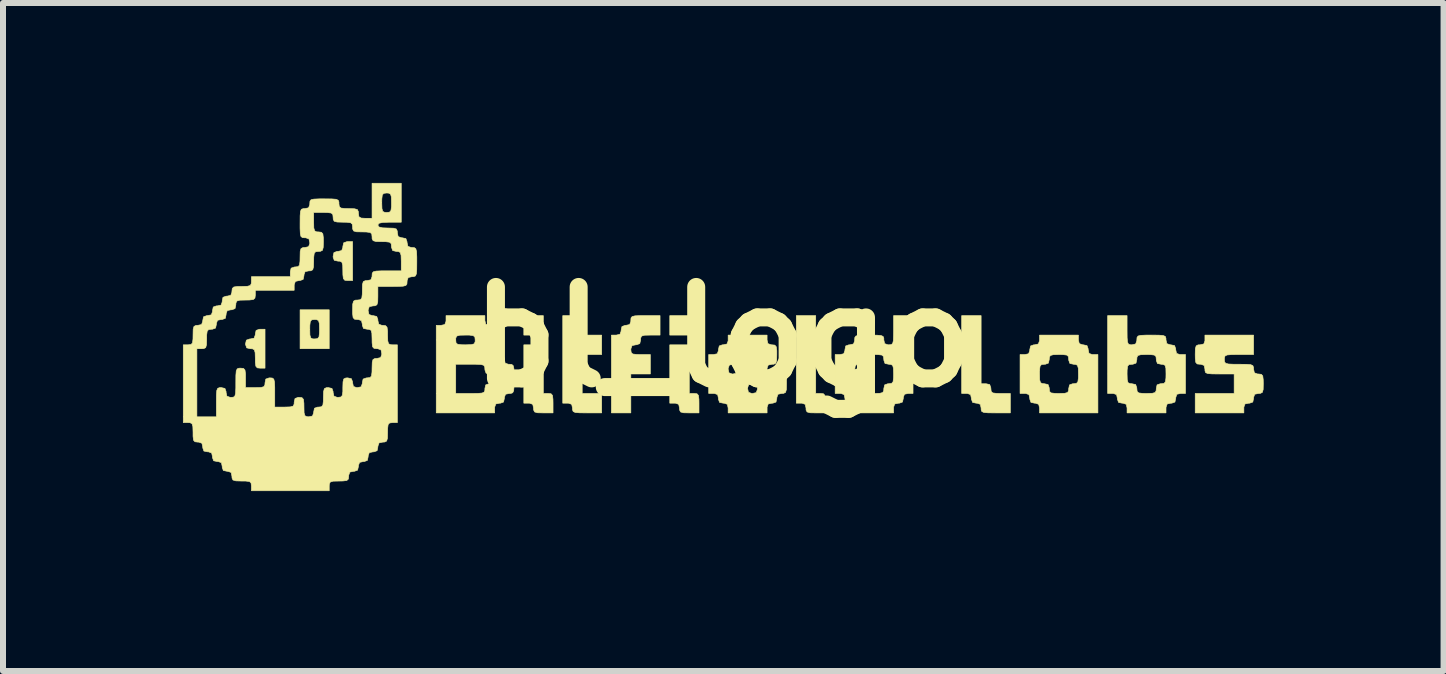
<source format=kicad_pcb>
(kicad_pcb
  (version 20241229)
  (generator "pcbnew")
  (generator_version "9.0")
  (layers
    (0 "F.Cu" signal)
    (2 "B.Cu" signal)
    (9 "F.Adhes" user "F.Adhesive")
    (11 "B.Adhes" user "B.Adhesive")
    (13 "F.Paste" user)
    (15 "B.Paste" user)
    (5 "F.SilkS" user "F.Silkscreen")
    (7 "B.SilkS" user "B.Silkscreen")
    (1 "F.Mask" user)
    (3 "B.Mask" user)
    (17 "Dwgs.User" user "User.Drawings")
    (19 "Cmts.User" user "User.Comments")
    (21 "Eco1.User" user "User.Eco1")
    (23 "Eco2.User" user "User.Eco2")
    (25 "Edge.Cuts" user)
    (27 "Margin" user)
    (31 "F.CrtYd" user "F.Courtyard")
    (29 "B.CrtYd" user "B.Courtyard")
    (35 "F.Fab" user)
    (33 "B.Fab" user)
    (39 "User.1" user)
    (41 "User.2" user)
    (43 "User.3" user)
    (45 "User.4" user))
  (footprint "bl_logo"
    (layer "F.Cu")
    (at 8.991 2.568)
    (property "Reference" "bl_logo" (at 0 0 0) (layer "F.SilkS") (effects (font (size 1.524 1.524) (thickness 0.3))))
    (attr through_hole)
    (fp_poly (pts (xy -2.984 -0.032) (xy -3.309 -0.032) (xy -3.309 -0.357) (xy -2.984 -0.357) (xy -2.984 -0.032)) (stroke (width 0.01) (type solid)) (fill yes) (layer "F.SilkS"))
    (fp_poly (pts (xy -0.551 -0.032) (xy -0.876 -0.032) (xy -0.876 -0.357) (xy -0.551 -0.357) (xy -0.551 -0.032)) (stroke (width 0.01) (type solid)) (fill yes) (layer "F.SilkS"))
    (fp_poly (pts (xy -2.984 0.941) (xy -2.903 0.941) (xy -2.855 0.946) (xy -2.831 0.973) (xy -2.823 1.038) (xy -2.822 1.103) (xy -2.822 1.265) (xy -2.984 1.265) (xy -3.081 1.263) (xy -3.129 1.249) (xy -3.145 1.217) (xy -3.147 1.184) (xy -3.16 1.122) (xy -3.213 1.103) (xy -3.228 1.103) (xy -3.309 1.103) (xy -3.309 0.13) (xy -2.984 0.13) (xy -2.984 0.941)) (stroke (width 0.01) (type solid)) (fill yes) (layer "F.SilkS"))
    (fp_poly (pts (xy -0.551 0.941) (xy -0.47 0.941) (xy -0.422 0.946) (xy -0.398 0.973) (xy -0.39 1.038) (xy -0.389 1.103) (xy -0.389 1.265) (xy -0.551 1.265) (xy -0.648 1.263) (xy -0.696 1.249) (xy -0.712 1.217) (xy -0.714 1.184) (xy -0.727 1.122) (xy -0.78 1.103) (xy -0.795 1.103) (xy -0.876 1.103) (xy -0.876 0.13) (xy -0.551 0.13) (xy -0.551 0.941)) (stroke (width 0.01) (type solid)) (fill yes) (layer "F.SilkS"))
    (fp_poly (pts (xy 1.557 0.941) (xy 1.638 0.941) (xy 1.686 0.946) (xy 1.71 0.973) (xy 1.719 1.038) (xy 1.719 1.103) (xy 1.719 1.265) (xy 1.557 1.265) (xy 1.461 1.263) (xy 1.413 1.249) (xy 1.396 1.217) (xy 1.395 1.184) (xy 1.381 1.122) (xy 1.329 1.103) (xy 1.314 1.103) (xy 1.233 1.103) (xy 1.233 -0.357) (xy 1.557 -0.357) (xy 1.557 0.941)) (stroke (width 0.01) (type solid)) (fill yes) (layer "F.SilkS"))
    (fp_poly (pts (xy -2.336 -0.032) (xy -2.011 -0.032) (xy -2.011 0.292) (xy -2.336 0.292) (xy -2.336 0.941) (xy -2.011 0.941) (xy -2.011 1.265) (xy -2.255 1.265) (xy -2.378 1.264) (xy -2.451 1.258) (xy -2.486 1.242) (xy -2.497 1.213) (xy -2.498 1.184) (xy -2.511 1.122) (xy -2.564 1.103) (xy -2.579 1.103) (xy -2.66 1.103) (xy -2.66 -0.357) (xy -2.336 -0.357) (xy -2.336 -0.032)) (stroke (width 0.01) (type solid)) (fill yes) (layer "F.SilkS"))
    (fp_poly (pts (xy -7.623 0.519) (xy -7.704 0.519) (xy -7.752 0.514) (xy -7.776 0.487) (xy -7.785 0.422) (xy -7.785 0.357) (xy -7.788 0.261) (xy -7.801 0.213) (xy -7.834 0.196) (xy -7.867 0.195) (xy -7.928 0.181) (xy -7.947 0.128) (xy -7.948 0.114) (xy -7.934 0.052) (xy -7.881 0.033) (xy -7.867 0.032) (xy -7.805 0.019) (xy -7.786 -0.034) (xy -7.785 -0.049) (xy -7.772 -0.11) (xy -7.719 -0.129) (xy -7.704 -0.13) (xy -7.623 -0.13) (xy -7.623 0.519)) (stroke (width 0.01) (type solid)) (fill yes) (layer "F.SilkS"))
    (fp_poly (pts (xy -6.553 0.195) (xy -7.039 0.195) (xy -7.039 -0.13) (xy -6.877 -0.13) (xy -6.875 -0.033) (xy -6.861 0.015) (xy -6.829 0.031) (xy -6.796 0.032) (xy -6.748 0.027) (xy -6.724 0.000343) (xy -6.716 -0.065) (xy -6.715 -0.13) (xy -6.718 -0.226) (xy -6.731 -0.274) (xy -6.763 -0.29) (xy -6.796 -0.292) (xy -6.844 -0.287) (xy -6.868 -0.26) (xy -6.876 -0.195) (xy -6.877 -0.13) (xy -7.039 -0.13) (xy -7.039 -0.454) (xy -6.553 -0.454) (xy -6.553 0.195)) (stroke (width 0.01) (type solid)) (fill yes) (layer "F.SilkS"))
    (fp_poly (pts (xy -6.163 -0.941) (xy -6.245 -0.941) (xy -6.293 -0.946) (xy -6.317 -0.973) (xy -6.325 -1.038) (xy -6.326 -1.103) (xy -6.328 -1.199) (xy -6.342 -1.247) (xy -6.374 -1.264) (xy -6.407 -1.265) (xy -6.469 -1.279) (xy -6.488 -1.331) (xy -6.488 -1.346) (xy -6.474 -1.408) (xy -6.422 -1.427) (xy -6.407 -1.427) (xy -6.345 -1.441) (xy -6.326 -1.493) (xy -6.326 -1.508) (xy -6.312 -1.57) (xy -6.26 -1.589) (xy -6.245 -1.59) (xy -6.163 -1.59) (xy -6.163 -0.941)) (stroke (width 0.01) (type solid)) (fill yes) (layer "F.SilkS"))
    (fp_poly (pts (xy 4.314 0.779) (xy 4.396 0.779) (xy 4.457 0.792) (xy 4.476 0.845) (xy 4.477 0.86) (xy 4.482 0.908) (xy 4.509 0.932) (xy 4.574 0.94) (xy 4.639 0.941) (xy 4.801 0.941) (xy 4.801 1.265) (xy 4.558 1.265) (xy 4.434 1.264) (xy 4.361 1.258) (xy 4.326 1.242) (xy 4.315 1.213) (xy 4.314 1.184) (xy 4.301 1.122) (xy 4.248 1.103) (xy 4.233 1.103) (xy 4.172 1.09) (xy 4.153 1.037) (xy 4.152 1.022) (xy 4.139 0.96) (xy 4.086 0.941) (xy 4.071 0.941) (xy 3.99 0.941) (xy 3.99 -0.357) (xy 4.314 -0.357) (xy 4.314 0.779)) (stroke (width 0.01) (type solid)) (fill yes) (layer "F.SilkS"))
    (fp_poly (pts (xy -1.038 -0.032) (xy -1.2 -0.032) (xy -1.297 -0.03) (xy -1.345 -0.016) (xy -1.361 0.016) (xy -1.362 0.049) (xy -1.376 0.11) (xy -1.429 0.129) (xy -1.444 0.13) (xy -1.505 0.143) (xy -1.524 0.196) (xy -1.525 0.211) (xy -1.519 0.259) (xy -1.493 0.283) (xy -1.428 0.291) (xy -1.362 0.292) (xy -1.2 0.292) (xy -1.2 0.616) (xy -1.525 0.616) (xy -1.525 1.265) (xy -1.849 1.265) (xy -1.849 -0.032) (xy -1.768 -0.032) (xy -1.706 -0.046) (xy -1.687 -0.099) (xy -1.687 -0.114) (xy -1.673 -0.175) (xy -1.621 -0.194) (xy -1.606 -0.195) (xy -1.544 -0.208) (xy -1.525 -0.261) (xy -1.525 -0.276) (xy -1.522 -0.317) (xy -1.503 -0.341) (xy -1.456 -0.353) (xy -1.367 -0.357) (xy -1.281 -0.357) (xy -1.038 -0.357) (xy -1.038 -0.032)) (stroke (width 0.01) (type solid)) (fill yes) (layer "F.SilkS"))
    (fp_poly (pts (xy 8.856 0.292) (xy 8.613 0.292) (xy 8.489 0.293) (xy 8.416 0.299) (xy 8.381 0.315) (xy 8.37 0.345) (xy 8.369 0.373) (xy 8.372 0.414) (xy 8.391 0.438) (xy 8.438 0.45) (xy 8.527 0.454) (xy 8.613 0.454) (xy 8.736 0.455) (xy 8.809 0.461) (xy 8.844 0.477) (xy 8.855 0.507) (xy 8.856 0.535) (xy 8.869 0.597) (xy 8.922 0.616) (xy 8.937 0.616) (xy 8.985 0.622) (xy 9.009 0.648) (xy 9.017 0.713) (xy 9.018 0.779) (xy 9.016 0.875) (xy 9.002 0.923) (xy 8.97 0.939) (xy 8.937 0.941) (xy 8.875 0.954) (xy 8.856 1.007) (xy 8.856 1.022) (xy 8.843 1.084) (xy 8.79 1.103) (xy 8.775 1.103) (xy 8.713 1.116) (xy 8.694 1.169) (xy 8.694 1.184) (xy 8.694 1.265) (xy 7.883 1.265) (xy 7.883 0.941) (xy 8.532 0.941) (xy 8.532 0.616) (xy 8.288 0.616) (xy 8.165 0.615) (xy 8.092 0.609) (xy 8.057 0.594) (xy 8.046 0.564) (xy 8.045 0.535) (xy 8.032 0.474) (xy 7.979 0.454) (xy 7.964 0.454) (xy 7.916 0.449) (xy 7.892 0.422) (xy 7.884 0.357) (xy 7.883 0.292) (xy 7.885 0.196) (xy 7.899 0.148) (xy 7.931 0.131) (xy 7.964 0.13) (xy 8.026 0.116) (xy 8.045 0.064) (xy 8.045 0.049) (xy 8.045 -0.032) (xy 8.856 -0.032) (xy 8.856 0.292)) (stroke (width 0.01) (type solid)) (fill yes) (layer "F.SilkS"))
    (fp_poly (pts (xy 5.936 0.049) (xy 5.95 0.11) (xy 6.003 0.129) (xy 6.017 0.13) (xy 6.079 0.143) (xy 6.098 0.196) (xy 6.099 0.211) (xy 6.112 0.273) (xy 6.165 0.292) (xy 6.18 0.292) (xy 6.261 0.292) (xy 6.261 1.265) (xy 5.288 1.265) (xy 5.288 1.184) (xy 5.274 1.122) (xy 5.221 1.103) (xy 5.207 1.103) (xy 5.145 1.09) (xy 5.126 1.037) (xy 5.125 1.022) (xy 5.112 0.96) (xy 5.059 0.941) (xy 5.044 0.941) (xy 4.963 0.941) (xy 4.963 0.616) (xy 5.288 0.616) (xy 5.29 0.713) (xy 5.304 0.761) (xy 5.336 0.777) (xy 5.369 0.779) (xy 5.43 0.792) (xy 5.449 0.845) (xy 5.45 0.86) (xy 5.455 0.908) (xy 5.482 0.932) (xy 5.547 0.94) (xy 5.612 0.941) (xy 5.708 0.938) (xy 5.756 0.925) (xy 5.773 0.892) (xy 5.774 0.86) (xy 5.788 0.798) (xy 5.84 0.779) (xy 5.855 0.779) (xy 5.903 0.773) (xy 5.927 0.746) (xy 5.936 0.681) (xy 5.936 0.616) (xy 5.934 0.52) (xy 5.92 0.472) (xy 5.888 0.456) (xy 5.855 0.454) (xy 5.794 0.441) (xy 5.775 0.388) (xy 5.774 0.373) (xy 5.769 0.325) (xy 5.742 0.301) (xy 5.677 0.293) (xy 5.612 0.292) (xy 5.516 0.295) (xy 5.468 0.308) (xy 5.451 0.341) (xy 5.45 0.373) (xy 5.436 0.435) (xy 5.384 0.454) (xy 5.369 0.454) (xy 5.321 0.459) (xy 5.297 0.486) (xy 5.288 0.551) (xy 5.288 0.616) (xy 4.963 0.616) (xy 4.963 0.292) (xy 5.044 0.292) (xy 5.106 0.279) (xy 5.125 0.226) (xy 5.125 0.211) (xy 5.139 0.149) (xy 5.192 0.13) (xy 5.207 0.13) (xy 5.268 0.116) (xy 5.287 0.064) (xy 5.288 0.049) (xy 5.288 -0.032) (xy 5.936 -0.032) (xy 5.936 0.049)) (stroke (width 0.01) (type solid)) (fill yes) (layer "F.SilkS"))
    (fp_poly (pts (xy -3.958 -0.276) (xy -3.944 -0.214) (xy -3.891 -0.195) (xy -3.877 -0.195) (xy -3.835 -0.192) (xy -3.811 -0.173) (xy -3.799 -0.126) (xy -3.796 -0.037) (xy -3.795 0.049) (xy -3.794 0.172) (xy -3.788 0.245) (xy -3.773 0.28) (xy -3.743 0.291) (xy -3.714 0.292) (xy -3.653 0.305) (xy -3.634 0.358) (xy -3.633 0.373) (xy -3.62 0.435) (xy -3.567 0.454) (xy -3.552 0.454) (xy -3.511 0.457) (xy -3.487 0.475) (xy -3.475 0.522) (xy -3.471 0.612) (xy -3.471 0.697) (xy -3.472 0.821) (xy -3.478 0.894) (xy -3.494 0.929) (xy -3.524 0.94) (xy -3.552 0.941) (xy -3.614 0.954) (xy -3.633 1.007) (xy -3.633 1.022) (xy -3.647 1.084) (xy -3.699 1.103) (xy -3.714 1.103) (xy -3.776 1.116) (xy -3.795 1.169) (xy -3.795 1.184) (xy -3.795 1.265) (xy -4.769 1.265) (xy -4.769 0.454) (xy -4.444 0.454) (xy -4.444 0.941) (xy -4.201 0.941) (xy -4.077 0.94) (xy -4.005 0.934) (xy -3.97 0.918) (xy -3.958 0.888) (xy -3.958 0.86) (xy -3.944 0.798) (xy -3.891 0.779) (xy -3.877 0.779) (xy -3.815 0.765) (xy -3.796 0.712) (xy -3.795 0.697) (xy -3.809 0.636) (xy -3.862 0.617) (xy -3.877 0.616) (xy -3.938 0.603) (xy -3.957 0.55) (xy -3.958 0.535) (xy -3.961 0.494) (xy -3.979 0.47) (xy -4.026 0.458) (xy -4.115 0.454) (xy -4.201 0.454) (xy -4.444 0.454) (xy -4.769 0.454) (xy -4.769 0.049) (xy -4.444 0.049) (xy -4.439 0.097) (xy -4.412 0.121) (xy -4.347 0.129) (xy -4.282 0.13) (xy -4.186 0.127) (xy -4.138 0.114) (xy -4.121 0.081) (xy -4.12 0.049) (xy -4.125 0.001) (xy -4.152 -0.023) (xy -4.217 -0.032) (xy -4.282 -0.032) (xy -4.378 -0.03) (xy -4.426 -0.016) (xy -4.443 0.016) (xy -4.444 0.049) (xy -4.769 0.049) (xy -4.769 -0.195) (xy -4.687 -0.195) (xy -4.626 -0.208) (xy -4.607 -0.261) (xy -4.606 -0.276) (xy -4.606 -0.357) (xy -3.958 -0.357) (xy -3.958 -0.276)) (stroke (width 0.01) (type solid)) (fill yes) (layer "F.SilkS"))
    (fp_poly (pts (xy 3.179 0.941) (xy 3.098 0.941) (xy 3.036 0.954) (xy 3.017 1.007) (xy 3.017 1.022) (xy 3.003 1.084) (xy 2.951 1.103) (xy 2.936 1.103) (xy 2.874 1.116) (xy 2.855 1.169) (xy 2.855 1.184) (xy 2.855 1.265) (xy 2.206 1.265) (xy 2.206 1.184) (xy 2.192 1.122) (xy 2.14 1.103) (xy 2.125 1.103) (xy 2.063 1.09) (xy 2.044 1.037) (xy 2.044 1.022) (xy 2.03 0.96) (xy 1.978 0.941) (xy 1.963 0.941) (xy 1.881 0.941) (xy 1.881 0.616) (xy 2.206 0.616) (xy 2.209 0.713) (xy 2.222 0.761) (xy 2.254 0.777) (xy 2.287 0.779) (xy 2.349 0.792) (xy 2.368 0.845) (xy 2.368 0.86) (xy 2.373 0.908) (xy 2.4 0.932) (xy 2.465 0.94) (xy 2.53 0.941) (xy 2.627 0.938) (xy 2.675 0.925) (xy 2.691 0.892) (xy 2.692 0.86) (xy 2.706 0.798) (xy 2.759 0.779) (xy 2.774 0.779) (xy 2.822 0.773) (xy 2.846 0.746) (xy 2.854 0.681) (xy 2.855 0.616) (xy 2.852 0.52) (xy 2.839 0.472) (xy 2.806 0.456) (xy 2.774 0.454) (xy 2.712 0.441) (xy 2.693 0.388) (xy 2.692 0.373) (xy 2.687 0.325) (xy 2.66 0.301) (xy 2.595 0.293) (xy 2.53 0.292) (xy 2.434 0.295) (xy 2.386 0.308) (xy 2.37 0.341) (xy 2.368 0.373) (xy 2.355 0.435) (xy 2.302 0.454) (xy 2.287 0.454) (xy 2.239 0.459) (xy 2.215 0.486) (xy 2.207 0.551) (xy 2.206 0.616) (xy 1.881 0.616) (xy 1.881 0.292) (xy 1.963 0.292) (xy 2.024 0.279) (xy 2.043 0.226) (xy 2.044 0.211) (xy 2.057 0.149) (xy 2.11 0.13) (xy 2.125 0.13) (xy 2.187 0.116) (xy 2.206 0.064) (xy 2.206 0.049) (xy 2.209 0.007) (xy 2.227 -0.017) (xy 2.274 -0.028) (xy 2.364 -0.032) (xy 2.449 -0.032) (xy 2.573 -0.031) (xy 2.645 -0.025) (xy 2.68 -0.01) (xy 2.692 0.02) (xy 2.692 0.049) (xy 2.706 0.11) (xy 2.759 0.129) (xy 2.774 0.13) (xy 2.815 0.127) (xy 2.839 0.109) (xy 2.851 0.061) (xy 2.854 -0.028) (xy 2.855 -0.114) (xy 2.855 -0.357) (xy 3.179 -0.357) (xy 3.179 0.941)) (stroke (width 0.01) (type solid)) (fill yes) (layer "F.SilkS"))
    (fp_poly (pts (xy 6.747 -0.114) (xy 6.748 0.01) (xy 6.754 0.083) (xy 6.77 0.118) (xy 6.8 0.129) (xy 6.828 0.13) (xy 6.89 0.116) (xy 6.909 0.064) (xy 6.91 0.049) (xy 6.913 0.007) (xy 6.931 -0.017) (xy 6.978 -0.028) (xy 7.067 -0.032) (xy 7.153 -0.032) (xy 7.277 -0.031) (xy 7.349 -0.025) (xy 7.384 -0.01) (xy 7.395 0.02) (xy 7.396 0.049) (xy 7.41 0.11) (xy 7.462 0.129) (xy 7.477 0.13) (xy 7.539 0.143) (xy 7.558 0.196) (xy 7.558 0.211) (xy 7.572 0.273) (xy 7.625 0.292) (xy 7.639 0.292) (xy 7.721 0.292) (xy 7.721 0.941) (xy 7.639 0.941) (xy 7.578 0.954) (xy 7.559 1.007) (xy 7.558 1.022) (xy 7.545 1.084) (xy 7.492 1.103) (xy 7.477 1.103) (xy 7.416 1.116) (xy 7.397 1.169) (xy 7.396 1.184) (xy 7.396 1.265) (xy 6.747 1.265) (xy 6.747 1.184) (xy 6.734 1.122) (xy 6.681 1.103) (xy 6.666 1.103) (xy 6.605 1.09) (xy 6.586 1.037) (xy 6.585 1.022) (xy 6.572 0.96) (xy 6.519 0.941) (xy 6.504 0.941) (xy 6.423 0.941) (xy 6.423 0.616) (xy 6.747 0.616) (xy 6.75 0.713) (xy 6.763 0.761) (xy 6.796 0.777) (xy 6.828 0.779) (xy 6.89 0.792) (xy 6.909 0.845) (xy 6.91 0.86) (xy 6.915 0.908) (xy 6.942 0.932) (xy 7.007 0.94) (xy 7.072 0.941) (xy 7.168 0.938) (xy 7.216 0.925) (xy 7.232 0.892) (xy 7.234 0.86) (xy 7.247 0.798) (xy 7.3 0.779) (xy 7.315 0.779) (xy 7.363 0.773) (xy 7.387 0.746) (xy 7.395 0.681) (xy 7.396 0.616) (xy 7.394 0.52) (xy 7.38 0.472) (xy 7.348 0.456) (xy 7.315 0.454) (xy 7.253 0.441) (xy 7.234 0.388) (xy 7.234 0.373) (xy 7.229 0.325) (xy 7.202 0.301) (xy 7.137 0.293) (xy 7.072 0.292) (xy 6.976 0.295) (xy 6.927 0.308) (xy 6.911 0.341) (xy 6.91 0.373) (xy 6.896 0.435) (xy 6.843 0.454) (xy 6.828 0.454) (xy 6.78 0.459) (xy 6.756 0.486) (xy 6.748 0.551) (xy 6.747 0.616) (xy 6.423 0.616) (xy 6.423 -0.357) (xy 6.747 -0.357) (xy 6.747 -0.114)) (stroke (width 0.01) (type solid)) (fill yes) (layer "F.SilkS"))
    (fp_poly (pts (xy 0.746 0.049) (xy 0.76 0.11) (xy 0.812 0.129) (xy 0.827 0.13) (xy 0.875 0.135) (xy 0.899 0.162) (xy 0.908 0.227) (xy 0.908 0.292) (xy 0.906 0.388) (xy 0.892 0.436) (xy 0.86 0.453) (xy 0.827 0.454) (xy 0.765 0.468) (xy 0.746 0.52) (xy 0.746 0.535) (xy 0.751 0.583) (xy 0.778 0.607) (xy 0.843 0.616) (xy 0.908 0.616) (xy 1.07 0.616) (xy 1.07 0.779) (xy 1.068 0.875) (xy 1.054 0.923) (xy 1.022 0.939) (xy 0.989 0.941) (xy 0.928 0.954) (xy 0.909 1.007) (xy 0.908 1.022) (xy 0.895 1.084) (xy 0.842 1.103) (xy 0.827 1.103) (xy 0.765 1.116) (xy 0.746 1.169) (xy 0.746 1.184) (xy 0.746 1.265) (xy 0.097 1.265) (xy 0.097 1.184) (xy 0.084 1.122) (xy 0.031 1.103) (xy 0.016 1.103) (xy -0.046 1.09) (xy -0.065 1.037) (xy -0.065 1.022) (xy -0.078 0.96) (xy -0.131 0.941) (xy -0.146 0.941) (xy -0.227 0.941) (xy -0.227 0.86) (xy 0.422 0.86) (xy 0.435 0.921) (xy 0.488 0.94) (xy 0.503 0.941) (xy 0.565 0.927) (xy 0.584 0.875) (xy 0.584 0.86) (xy 0.597 0.798) (xy 0.65 0.779) (xy 0.665 0.779) (xy 0.727 0.765) (xy 0.746 0.712) (xy 0.746 0.697) (xy 0.733 0.636) (xy 0.68 0.617) (xy 0.665 0.616) (xy 0.603 0.63) (xy 0.584 0.683) (xy 0.584 0.697) (xy 0.571 0.759) (xy 0.518 0.778) (xy 0.503 0.779) (xy 0.441 0.792) (xy 0.422 0.845) (xy 0.422 0.86) (xy -0.227 0.86) (xy -0.227 0.535) (xy 0.097 0.535) (xy 0.111 0.597) (xy 0.163 0.616) (xy 0.178 0.616) (xy 0.24 0.603) (xy 0.259 0.55) (xy 0.26 0.535) (xy 0.273 0.474) (xy 0.326 0.454) (xy 0.341 0.454) (xy 0.402 0.441) (xy 0.421 0.388) (xy 0.422 0.373) (xy 0.408 0.311) (xy 0.356 0.292) (xy 0.341 0.292) (xy 0.279 0.305) (xy 0.26 0.358) (xy 0.26 0.373) (xy 0.246 0.435) (xy 0.193 0.454) (xy 0.178 0.454) (xy 0.117 0.468) (xy 0.098 0.52) (xy 0.097 0.535) (xy -0.227 0.535) (xy -0.227 0.292) (xy -0.146 0.292) (xy -0.084 0.279) (xy -0.065 0.226) (xy -0.065 0.211) (xy -0.051 0.149) (xy 0.001 0.13) (xy 0.016 0.13) (xy 0.078 0.116) (xy 0.097 0.064) (xy 0.097 0.049) (xy 0.097 -0.032) (xy 0.746 -0.032) (xy 0.746 0.049)) (stroke (width 0.01) (type solid)) (fill yes) (layer "F.SilkS"))
    (fp_poly (pts (xy -5.352 -1.914) (xy -5.547 -1.914) (xy -5.66 -1.91) (xy -5.721 -1.897) (xy -5.741 -1.871) (xy -5.742 -1.865) (xy -5.724 -1.835) (xy -5.664 -1.82) (xy -5.58 -1.817) (xy -5.483 -1.814) (xy -5.435 -1.801) (xy -5.419 -1.768) (xy -5.417 -1.736) (xy -5.404 -1.674) (xy -5.351 -1.655) (xy -5.336 -1.654) (xy -5.275 -1.641) (xy -5.256 -1.588) (xy -5.255 -1.573) (xy -5.242 -1.512) (xy -5.189 -1.493) (xy -5.174 -1.492) (xy -5.133 -1.489) (xy -5.109 -1.471) (xy -5.097 -1.424) (xy -5.093 -1.334) (xy -5.093 -1.249) (xy -5.094 -1.125) (xy -5.1 -1.053) (xy -5.116 -1.018) (xy -5.146 -1.007) (xy -5.174 -1.006) (xy -5.236 -0.992) (xy -5.255 -0.939) (xy -5.255 -0.925) (xy -5.258 -0.883) (xy -5.276 -0.859) (xy -5.323 -0.847) (xy -5.413 -0.844) (xy -5.498 -0.843) (xy -5.742 -0.843) (xy -5.742 -0.681) (xy -5.744 -0.585) (xy -5.758 -0.537) (xy -5.79 -0.521) (xy -5.823 -0.519) (xy -5.885 -0.506) (xy -5.904 -0.453) (xy -5.904 -0.438) (xy -5.891 -0.376) (xy -5.838 -0.357) (xy -5.823 -0.357) (xy -5.761 -0.343) (xy -5.742 -0.291) (xy -5.742 -0.276) (xy -5.728 -0.214) (xy -5.676 -0.195) (xy -5.661 -0.195) (xy -5.613 -0.189) (xy -5.589 -0.163) (xy -5.58 -0.098) (xy -5.58 -0.032) (xy -5.577 0.064) (xy -5.564 0.112) (xy -5.531 0.128) (xy -5.498 0.13) (xy -5.417 0.13) (xy -5.417 1.427) (xy -5.498 1.427) (xy -5.547 1.433) (xy -5.571 1.459) (xy -5.579 1.524) (xy -5.58 1.59) (xy -5.582 1.686) (xy -5.596 1.734) (xy -5.628 1.75) (xy -5.661 1.752) (xy -5.722 1.765) (xy -5.741 1.818) (xy -5.742 1.833) (xy -5.755 1.895) (xy -5.808 1.914) (xy -5.823 1.914) (xy -5.885 1.927) (xy -5.904 1.98) (xy -5.904 1.995) (xy -5.917 2.057) (xy -5.97 2.076) (xy -5.985 2.076) (xy -6.047 2.09) (xy -6.066 2.142) (xy -6.066 2.157) (xy -6.08 2.219) (xy -6.132 2.238) (xy -6.147 2.238) (xy -6.209 2.252) (xy -6.228 2.304) (xy -6.228 2.319) (xy -6.234 2.368) (xy -6.26 2.392) (xy -6.325 2.4) (xy -6.391 2.401) (xy -6.487 2.403) (xy -6.535 2.417) (xy -6.551 2.449) (xy -6.553 2.482) (xy -6.553 2.563) (xy -7.85 2.563) (xy -7.85 2.482) (xy -7.856 2.433) (xy -7.882 2.409) (xy -7.947 2.401) (xy -8.013 2.401) (xy -8.109 2.398) (xy -8.157 2.384) (xy -8.173 2.352) (xy -8.175 2.319) (xy -8.188 2.258) (xy -8.241 2.239) (xy -8.256 2.238) (xy -8.318 2.225) (xy -8.337 2.172) (xy -8.337 2.157) (xy -8.35 2.095) (xy -8.403 2.076) (xy -8.418 2.076) (xy -8.48 2.063) (xy -8.499 2.01) (xy -8.499 1.995) (xy -8.513 1.933) (xy -8.565 1.914) (xy -8.58 1.914) (xy -8.642 1.901) (xy -8.661 1.848) (xy -8.661 1.833) (xy -8.675 1.771) (xy -8.727 1.752) (xy -8.742 1.752) (xy -8.791 1.746) (xy -8.815 1.72) (xy -8.823 1.655) (xy -8.823 1.59) (xy -8.826 1.493) (xy -8.84 1.445) (xy -8.872 1.429) (xy -8.905 1.427) (xy -8.986 1.427) (xy -8.986 0.195) (xy -8.759 0.195) (xy -8.759 1.33) (xy -8.434 1.33) (xy -8.434 1.087) (xy -8.433 0.963) (xy -8.427 0.89) (xy -8.411 0.855) (xy -8.382 0.844) (xy -8.353 0.843) (xy -8.291 0.857) (xy -8.272 0.91) (xy -8.272 0.925) (xy -8.259 0.986) (xy -8.206 1.005) (xy -8.191 1.006) (xy -8.15 1.003) (xy -8.126 0.984) (xy -8.114 0.937) (xy -8.11 0.848) (xy -8.11 0.762) (xy -8.109 0.639) (xy -8.103 0.566) (xy -8.087 0.531) (xy -8.057 0.52) (xy -8.029 0.519) (xy -7.981 0.524) (xy -7.957 0.551) (xy -7.948 0.616) (xy -7.948 0.681) (xy -7.948 0.843) (xy -7.785 0.843) (xy -7.689 0.841) (xy -7.641 0.827) (xy -7.625 0.795) (xy -7.623 0.762) (xy -7.61 0.701) (xy -7.557 0.682) (xy -7.542 0.681) (xy -7.501 0.684) (xy -7.477 0.702) (xy -7.465 0.75) (xy -7.461 0.839) (xy -7.461 0.925) (xy -7.461 1.168) (xy -7.299 1.168) (xy -7.203 1.165) (xy -7.155 1.152) (xy -7.138 1.119) (xy -7.137 1.087) (xy -7.123 1.025) (xy -7.071 1.006) (xy -7.056 1.006) (xy -7.007 1.011) (xy -6.983 1.038) (xy -6.975 1.103) (xy -6.974 1.168) (xy -6.972 1.264) (xy -6.958 1.312) (xy -6.926 1.328) (xy -6.893 1.33) (xy -6.832 1.317) (xy -6.813 1.264) (xy -6.812 1.249) (xy -6.799 1.187) (xy -6.746 1.168) (xy -6.731 1.168) (xy -6.683 1.163) (xy -6.659 1.136) (xy -6.651 1.071) (xy -6.65 1.006) (xy -6.647 0.909) (xy -6.634 0.861) (xy -6.602 0.845) (xy -6.569 0.843) (xy -6.507 0.857) (xy -6.488 0.91) (xy -6.488 0.925) (xy -6.474 0.986) (xy -6.422 1.005) (xy -6.407 1.006) (xy -6.359 1) (xy -6.335 0.974) (xy -6.326 0.909) (xy -6.326 0.843) (xy -6.323 0.747) (xy -6.31 0.699) (xy -6.277 0.683) (xy -6.245 0.681) (xy -6.183 0.695) (xy -6.164 0.747) (xy -6.163 0.762) (xy -6.15 0.824) (xy -6.097 0.843) (xy -6.082 0.843) (xy -6.021 0.83) (xy -6.002 0.777) (xy -6.001 0.762) (xy -5.988 0.701) (xy -5.935 0.682) (xy -5.92 0.681) (xy -5.872 0.676) (xy -5.848 0.649) (xy -5.84 0.584) (xy -5.839 0.519) (xy -5.836 0.423) (xy -5.823 0.375) (xy -5.791 0.358) (xy -5.758 0.357) (xy -5.696 0.343) (xy -5.677 0.291) (xy -5.677 0.276) (xy -5.69 0.214) (xy -5.743 0.195) (xy -5.758 0.195) (xy -5.806 0.189) (xy -5.83 0.163) (xy -5.838 0.098) (xy -5.839 0.032) (xy -5.842 -0.064) (xy -5.855 -0.112) (xy -5.888 -0.128) (xy -5.92 -0.13) (xy -5.982 -0.143) (xy -6.001 -0.196) (xy -6.001 -0.211) (xy -6.015 -0.273) (xy -6.067 -0.292) (xy -6.082 -0.292) (xy -6.131 -0.297) (xy -6.155 -0.324) (xy -6.163 -0.389) (xy -6.163 -0.454) (xy -6.161 -0.55) (xy -6.147 -0.598) (xy -6.115 -0.615) (xy -6.082 -0.616) (xy -6.034 -0.622) (xy -6.01 -0.648) (xy -6.002 -0.713) (xy -6.001 -0.779) (xy -5.999 -0.875) (xy -5.985 -0.923) (xy -5.953 -0.939) (xy -5.92 -0.941) (xy -5.858 -0.954) (xy -5.839 -1.007) (xy -5.839 -1.022) (xy -5.836 -1.063) (xy -5.818 -1.087) (xy -5.771 -1.099) (xy -5.681 -1.103) (xy -5.596 -1.103) (xy -5.352 -1.103) (xy -5.352 -1.265) (xy -5.355 -1.361) (xy -5.369 -1.409) (xy -5.401 -1.426) (xy -5.434 -1.427) (xy -5.495 -1.441) (xy -5.514 -1.493) (xy -5.515 -1.508) (xy -5.52 -1.557) (xy -5.547 -1.581) (xy -5.612 -1.589) (xy -5.677 -1.59) (xy -5.773 -1.592) (xy -5.821 -1.606) (xy -5.838 -1.638) (xy -5.839 -1.671) (xy -5.844 -1.719) (xy -5.871 -1.743) (xy -5.936 -1.751) (xy -6.001 -1.752) (xy -6.098 -1.754) (xy -6.146 -1.768) (xy -6.162 -1.8) (xy -6.163 -1.833) (xy -6.169 -1.881) (xy -6.196 -1.905) (xy -6.261 -1.913) (xy -6.326 -1.914) (xy -6.422 -1.917) (xy -6.47 -1.93) (xy -6.486 -1.962) (xy -6.488 -1.995) (xy -6.493 -2.043) (xy -6.52 -2.067) (xy -6.585 -2.075) (xy -6.65 -2.076) (xy -6.812 -2.076) (xy -6.812 -1.914) (xy -6.81 -1.818) (xy -6.796 -1.77) (xy -6.764 -1.753) (xy -6.731 -1.752) (xy -6.683 -1.746) (xy -6.659 -1.72) (xy -6.651 -1.655) (xy -6.65 -1.59) (xy -6.653 -1.493) (xy -6.666 -1.445) (xy -6.699 -1.429) (xy -6.731 -1.427) (xy -6.779 -1.422) (xy -6.803 -1.395) (xy -6.811 -1.33) (xy -6.812 -1.265) (xy -6.815 -1.169) (xy -6.828 -1.121) (xy -6.861 -1.104) (xy -6.893 -1.103) (xy -6.955 -1.09) (xy -6.974 -1.037) (xy -6.974 -1.022) (xy -6.988 -0.96) (xy -7.041 -0.941) (xy -7.056 -0.941) (xy -7.117 -0.927) (xy -7.136 -0.875) (xy -7.137 -0.86) (xy -7.137 -0.779) (xy -7.785 -0.779) (xy -7.785 -0.697) (xy -7.791 -0.649) (xy -7.818 -0.625) (xy -7.883 -0.617) (xy -7.948 -0.616) (xy -8.044 -0.614) (xy -8.092 -0.6) (xy -8.108 -0.568) (xy -8.11 -0.535) (xy -8.123 -0.474) (xy -8.176 -0.454) (xy -8.191 -0.454) (xy -8.253 -0.441) (xy -8.272 -0.388) (xy -8.272 -0.373) (xy -8.285 -0.311) (xy -8.338 -0.292) (xy -8.353 -0.292) (xy -8.415 -0.279) (xy -8.434 -0.226) (xy -8.434 -0.211) (xy -8.448 -0.149) (xy -8.5 -0.13) (xy -8.515 -0.13) (xy -8.563 -0.124) (xy -8.587 -0.098) (xy -8.596 -0.033) (xy -8.596 0.032) (xy -8.599 0.129) (xy -8.612 0.177) (xy -8.645 0.193) (xy -8.678 0.195) (xy -8.759 0.195) (xy -8.986 0.195) (xy -8.986 0.13) (xy -8.905 0.13) (xy -8.856 0.124) (xy -8.832 0.098) (xy -8.824 0.033) (xy -8.823 -0.032) (xy -8.821 -0.129) (xy -8.807 -0.177) (xy -8.775 -0.193) (xy -8.742 -0.195) (xy -8.681 -0.208) (xy -8.662 -0.261) (xy -8.661 -0.276) (xy -8.648 -0.337) (xy -8.595 -0.356) (xy -8.58 -0.357) (xy -8.518 -0.37) (xy -8.499 -0.423) (xy -8.499 -0.438) (xy -8.486 -0.5) (xy -8.433 -0.519) (xy -8.418 -0.519) (xy -8.356 -0.532) (xy -8.337 -0.585) (xy -8.337 -0.6) (xy -8.324 -0.662) (xy -8.271 -0.681) (xy -8.256 -0.681) (xy -8.194 -0.695) (xy -8.175 -0.747) (xy -8.175 -0.762) (xy -8.169 -0.81) (xy -8.143 -0.834) (xy -8.078 -0.843) (xy -8.013 -0.843) (xy -7.916 -0.846) (xy -7.868 -0.859) (xy -7.852 -0.892) (xy -7.85 -0.925) (xy -7.85 -1.006) (xy -7.202 -1.006) (xy -7.202 -1.087) (xy -7.188 -1.148) (xy -7.135 -1.167) (xy -7.12 -1.168) (xy -7.072 -1.173) (xy -7.048 -1.2) (xy -7.04 -1.265) (xy -7.039 -1.33) (xy -7.037 -1.426) (xy -7.023 -1.474) (xy -6.991 -1.491) (xy -6.958 -1.492) (xy -6.897 -1.506) (xy -6.877 -1.558) (xy -6.877 -1.573) (xy -6.891 -1.635) (xy -6.943 -1.654) (xy -6.958 -1.654) (xy -6.999 -1.657) (xy -7.024 -1.676) (xy -7.035 -1.723) (xy -7.039 -1.812) (xy -7.039 -1.898) (xy -7.038 -2.021) (xy -7.032 -2.094) (xy -7.017 -2.129) (xy -6.987 -2.14) (xy -6.958 -2.141) (xy -6.897 -2.154) (xy -6.877 -2.207) (xy -6.877 -2.222) (xy -6.874 -2.263) (xy -6.856 -2.288) (xy -6.809 -2.299) (xy -6.719 -2.303) (xy -6.634 -2.303) (xy -6.51 -2.302) (xy -6.438 -2.296) (xy -6.403 -2.28) (xy -6.391 -2.251) (xy -6.391 -2.222) (xy -6.385 -2.174) (xy -6.358 -2.15) (xy -6.293 -2.142) (xy -6.228 -2.141) (xy -6.132 -2.138) (xy -6.084 -2.125) (xy -6.068 -2.092) (xy -6.066 -2.06) (xy -6.058 -2.005) (xy -6.02 -1.983) (xy -5.953 -1.979) (xy -5.839 -1.979) (xy -5.839 -2.238) (xy -5.677 -2.238) (xy -5.674 -2.142) (xy -5.661 -2.094) (xy -5.628 -2.078) (xy -5.596 -2.076) (xy -5.548 -2.081) (xy -5.524 -2.108) (xy -5.515 -2.173) (xy -5.515 -2.238) (xy -5.517 -2.335) (xy -5.531 -2.383) (xy -5.563 -2.399) (xy -5.596 -2.401) (xy -5.644 -2.395) (xy -5.668 -2.368) (xy -5.676 -2.303) (xy -5.677 -2.238) (xy -5.839 -2.238) (xy -5.839 -2.563) (xy -5.352 -2.563) (xy -5.352 -1.914)) (stroke (width 0.01) (type solid)) (fill yes) (layer "F.SilkS")))
  (gr_rect
    (start -3 -3)
    (end 21.014 8.135)
    (stroke (width 0.1) (type default))
    (fill no)
    (layer "Edge.Cuts")))
</source>
